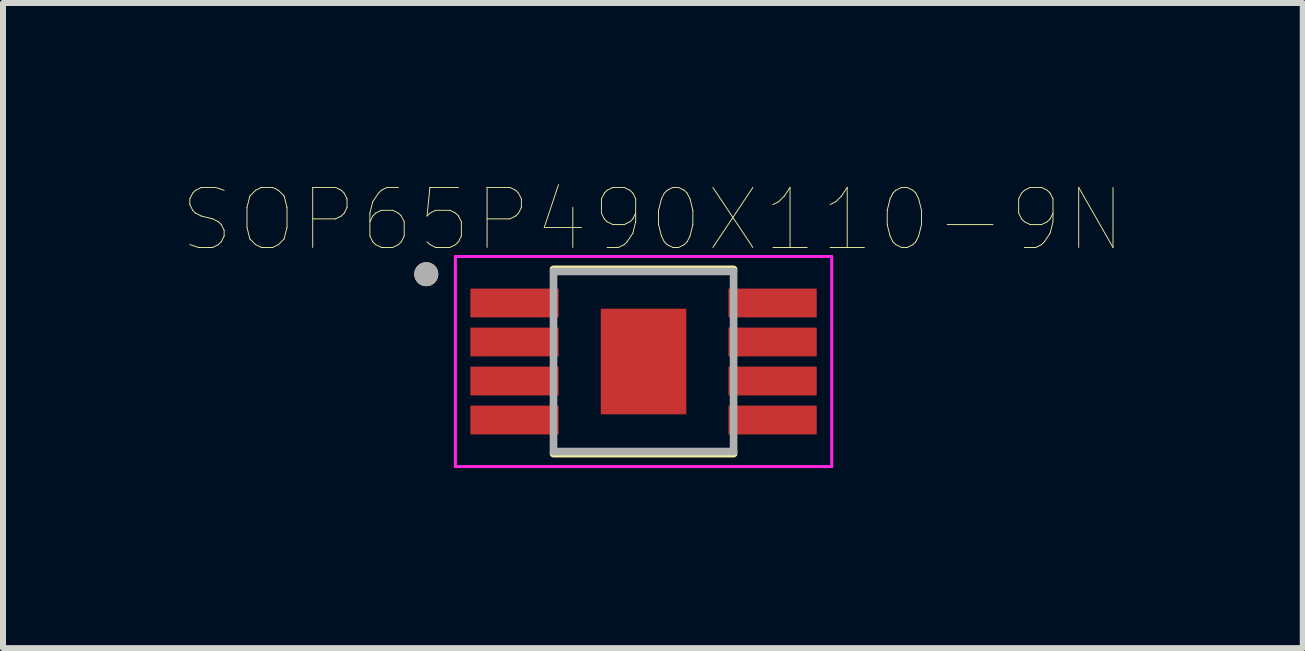
<source format=kicad_pcb>
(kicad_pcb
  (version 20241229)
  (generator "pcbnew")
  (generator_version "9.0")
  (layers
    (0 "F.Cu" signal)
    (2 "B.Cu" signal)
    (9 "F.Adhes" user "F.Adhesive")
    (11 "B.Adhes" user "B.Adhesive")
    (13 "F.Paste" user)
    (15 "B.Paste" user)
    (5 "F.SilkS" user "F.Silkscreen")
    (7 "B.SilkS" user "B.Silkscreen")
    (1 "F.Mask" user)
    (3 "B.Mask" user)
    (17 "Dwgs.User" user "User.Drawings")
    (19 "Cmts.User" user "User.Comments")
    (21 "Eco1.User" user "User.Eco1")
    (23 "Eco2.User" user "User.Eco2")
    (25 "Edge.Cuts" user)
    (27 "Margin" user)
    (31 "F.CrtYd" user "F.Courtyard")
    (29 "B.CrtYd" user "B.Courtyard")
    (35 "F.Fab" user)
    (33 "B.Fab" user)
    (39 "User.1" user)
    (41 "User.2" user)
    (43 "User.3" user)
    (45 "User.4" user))
  (footprint "SOP65P490X110-9N"
    (layer "F.Cu")
    (at 7.672 2.973)
    (property "Reference" "SOP65P490X110-9N" (at 0.155 -2.362 0) (layer "F.SilkS") (effects (font (size 1 1) (thickness 0.015))))
    (attr through_hole)
    (fp_line (start -1.5 -1.535) (end 1.5 -1.535) (stroke (width 0.127) (type solid)) (layer "F.SilkS"))
    (fp_line (start -1.5 1.535) (end 1.5 1.535) (stroke (width 0.127) (type solid)) (layer "F.SilkS"))
    (fp_circle (center -3.62 -1.455) (end -3.52 -1.455) (stroke (width 0.2) (type solid)) (fill no) (layer "F.SilkS"))
    (fp_poly (pts (xy -0.356 -0.44) (xy 0.356 -0.44) (xy 0.356 0.44) (xy -0.356 0.44)) (stroke (width 0.01) (type solid)) (fill yes) (layer "F.Paste"))
    (fp_line (start -3.135 -1.75) (end -3.135 1.75) (stroke (width 0.05) (type solid)) (layer "F.CrtYd"))
    (fp_line (start -3.135 -1.75) (end 3.135 -1.75) (stroke (width 0.05) (type solid)) (layer "F.CrtYd"))
    (fp_line (start -3.135 1.75) (end 3.135 1.75) (stroke (width 0.05) (type solid)) (layer "F.CrtYd"))
    (fp_line (start 3.135 -1.75) (end 3.135 1.75) (stroke (width 0.05) (type solid)) (layer "F.CrtYd"))
    (fp_line (start -1.5 -1.5) (end -1.5 1.5) (stroke (width 0.127) (type solid)) (layer "F.Fab"))
    (fp_line (start -1.5 -1.5) (end 1.5 -1.5) (stroke (width 0.127) (type solid)) (layer "F.Fab"))
    (fp_line (start -1.5 1.5) (end 1.5 1.5) (stroke (width 0.127) (type solid)) (layer "F.Fab"))
    (fp_line (start 1.5 -1.5) (end 1.5 1.5) (stroke (width 0.127) (type solid)) (layer "F.Fab"))
    (fp_circle (center -3.62 -1.455) (end -3.52 -1.455) (stroke (width 0.2) (type solid)) (fill no) (layer "F.Fab"))
    (pad "1" smd rect (at -2.15 -0.975) (size 1.47 0.48) (layers "F.Cu" "F.Mask" "F.Paste"))
    (pad "2" smd rect (at -2.15 -0.325) (size 1.47 0.48) (layers "F.Cu" "F.Mask" "F.Paste"))
    (pad "3" smd rect (at -2.15 0.325) (size 1.47 0.48) (layers "F.Cu" "F.Mask" "F.Paste"))
    (pad "4" smd rect (at -2.15 0.975) (size 1.47 0.48) (layers "F.Cu" "F.Mask" "F.Paste"))
    (pad "5" smd rect (at 2.15 0.975) (size 1.47 0.48) (layers "F.Cu" "F.Mask" "F.Paste"))
    (pad "6" smd rect (at 2.15 0.325) (size 1.47 0.48) (layers "F.Cu" "F.Mask" "F.Paste"))
    (pad "7" smd rect (at 2.15 -0.325) (size 1.47 0.48) (layers "F.Cu" "F.Mask" "F.Paste"))
    (pad "8" smd rect (at 2.15 -0.975) (size 1.47 0.48) (layers "F.Cu" "F.Mask" "F.Paste"))
    (pad "9" smd rect (at 0 0) (size 1.425 1.76) (layers "F.Cu" "F.Mask")))
  (gr_rect
    (start -3 -3)
    (end 18.655 7.748)
    (stroke (width 0.1) (type default))
    (fill no)
    (layer "Edge.Cuts")))
</source>
